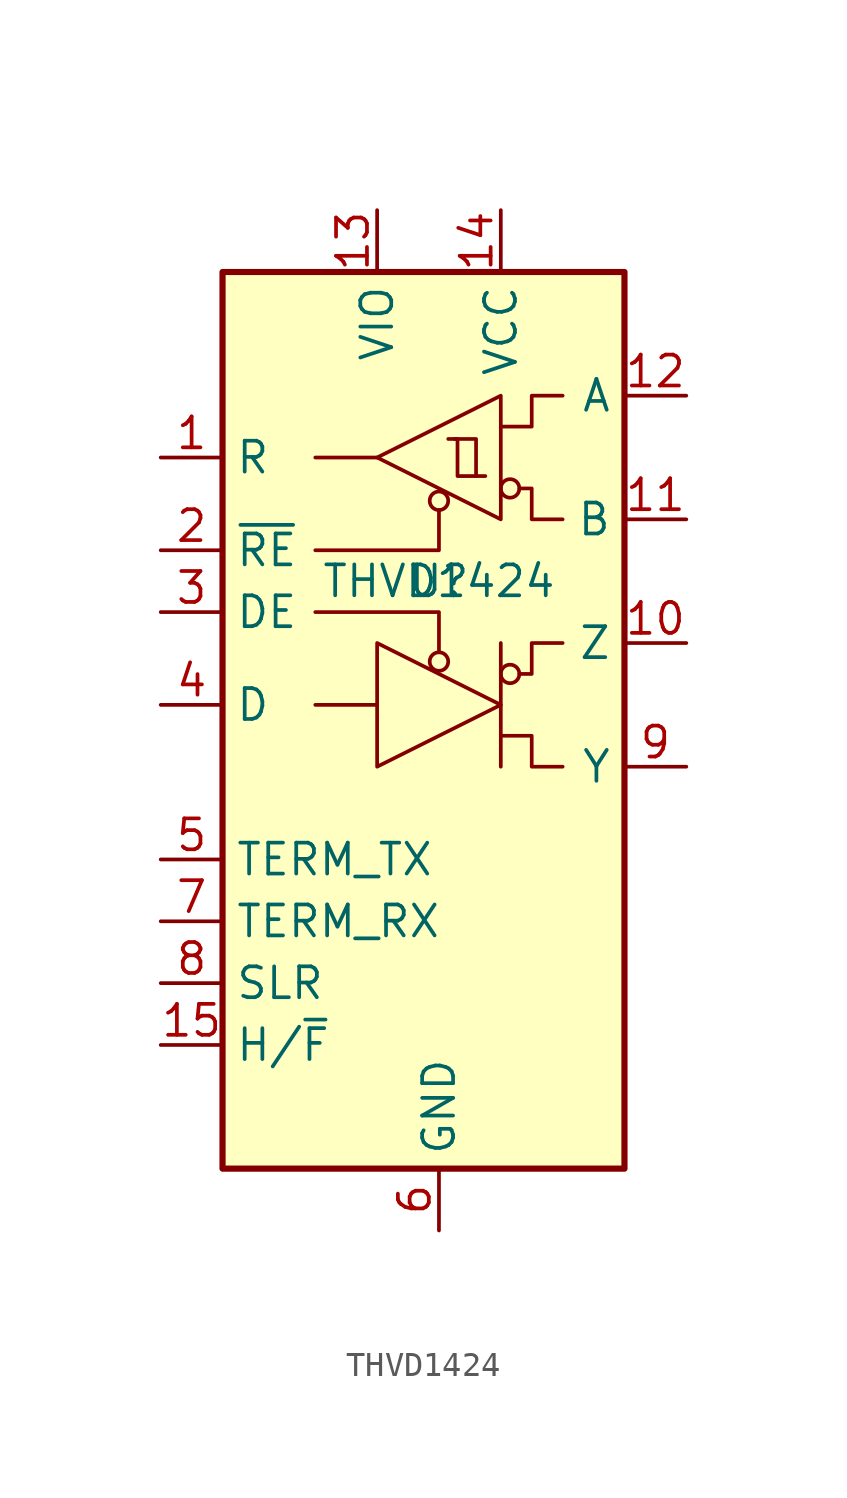
<source format=kicad_sym>
(kicad_symbol_lib
  (version 20241209)
  (generator "kicad_symbol_editor")
  (generator_version "9.0")
  (symbol "THVD1424"
    (property "Reference" "U"
      (at 0 5.08 0)
      (effects (font (size 1.27 1.27))))
    (property "Value" "THVD1424"
      (at 0 5.08 0)
      (effects (font (size 1.27 1.27))))
    (symbol "THVD1424_0_1"
      (rectangle (start -8.89 17.78) (end 7.62 -19.05) (stroke (width 0.254) (type default)) (fill (type background)))
      (polyline (pts (xy -5.08 6.35) (xy 0 6.35) (xy 0 8.001)) (stroke (width 0) (type default)) (fill (type none)))
      (polyline (pts (xy -5.08 3.81) (xy 0 3.81) (xy 0 2.159)) (stroke (width 0) (type default)) (fill (type none)))
      (polyline (pts (xy -5.08 0) (xy -2.54 0)) (stroke (width 0) (type default)) (fill (type none)))
      (polyline (pts (xy -2.54 10.16) (xy -5.08 10.16)) (stroke (width 0) (type default)) (fill (type none)))
      (polyline (pts (xy -2.54 2.54) (xy -2.54 -2.54) (xy 2.54 0) (xy -2.54 2.54)) (stroke (width 0) (type default)) (fill (type none)))
      (circle (center 0 8.382) (radius 0.381) (stroke (width 0) (type default)) (fill (type none)))
      (circle (center 0 1.778) (radius 0.381) (stroke (width 0) (type default)) (fill (type none)))
      (polyline (pts (xy 1.524 9.398) (xy 1.524 10.922) (xy 0.635 10.922)) (stroke (width 0) (type default)) (fill (type none)))
      (polyline (pts (xy 1.905 9.398) (xy 0.889 9.398) (xy 0.762 9.398) (xy 0.762 10.922) (xy 0.381 10.922)) (stroke (width 0) (type default)) (fill (type none)))
      (polyline (pts (xy 2.54 12.7) (xy 2.54 7.62) (xy -2.54 10.16) (xy 2.54 12.7)) (stroke (width 0) (type default)) (fill (type none)))
      (polyline (pts (xy 2.54 11.43) (xy 3.81 11.43) (xy 3.81 12.7) (xy 5.08 12.7)) (stroke (width 0) (type default)) (fill (type none)))
      (polyline (pts (xy 2.54 -1.27) (xy 3.81 -1.27) (xy 3.81 -2.54) (xy 5.08 -2.54)) (stroke (width 0) (type default)) (fill (type none)))
      (polyline (pts (xy 2.54 -2.54) (xy 2.54 2.54)) (stroke (width 0) (type default)) (fill (type none)))
      (circle (center 2.921 8.89) (radius 0.381) (stroke (width 0) (type default)) (fill (type none)))
      (circle (center 2.921 1.27) (radius 0.381) (stroke (width 0) (type default)) (fill (type none)))
      (polyline (pts (xy 3.302 8.89) (xy 3.81 8.89) (xy 3.81 7.62) (xy 5.08 7.62)) (stroke (width 0) (type default)) (fill (type none)))
      (polyline (pts (xy 3.302 1.27) (xy 3.81 1.27) (xy 3.81 2.54) (xy 5.08 2.54)) (stroke (width 0) (type default)) (fill (type none))))
    (symbol "THVD1424_1_1"
      (pin output line (at -11.43 10.16 0) (length 2.54) (name "R" (effects (font (size 1.27 1.27)))) (number "1" (effects (font (size 1.27 1.27)))))
      (pin input line (at -11.43 6.35 0) (length 2.54) (name "~{RE}" (effects (font (size 1.27 1.27)))) (number "2" (effects (font (size 1.27 1.27)))))
      (pin input line (at -11.43 3.81 0) (length 2.54) (name "DE" (effects (font (size 1.27 1.27)))) (number "3" (effects (font (size 1.27 1.27)))))
      (pin input line (at -11.43 0 0) (length 2.54) (name "D" (effects (font (size 1.27 1.27)))) (number "4" (effects (font (size 1.27 1.27)))))
      (pin input line (at -11.43 -6.35 0) (length 2.54) (name "TERM_TX" (effects (font (size 1.27 1.27)))) (number "5" (effects (font (size 1.27 1.27)))))
      (pin input line (at -11.43 -8.89 0) (length 2.54) (name "TERM_RX" (effects (font (size 1.27 1.27)))) (number "7" (effects (font (size 1.27 1.27)))))
      (pin input line (at -11.43 -11.43 0) (length 2.54) (name "SLR" (effects (font (size 1.27 1.27)))) (number "8" (effects (font (size 1.27 1.27)))))
      (pin input line (at -11.43 -13.97 0) (length 2.54) (name "H/~{F}" (effects (font (size 1.27 1.27)))) (number "15" (effects (font (size 1.27 1.27)))))
      (pin power_in line (at -2.54 20.32 270) (length 2.54) (name "VIO" (effects (font (size 1.27 1.27)))) (number "13" (effects (font (size 1.27 1.27)))))
      (pin power_in line (at 0 -21.59 90) (length 2.54) (hide yes) (name "EP" (effects (font (size 1.27 1.27)))) (number "17" (effects (font (size 1.27 1.27)))))
      (pin power_in line (at 0 -21.59 90) (length 2.54) (name "GND" (effects (font (size 1.27 1.27)))) (number "6" (effects (font (size 1.27 1.27)))))
      (pin power_in line (at 2.54 20.32 270) (length 2.54) (name "VCC" (effects (font (size 1.27 1.27)))) (number "14" (effects (font (size 1.27 1.27)))))
      (pin no_connect line (at 3.81 -21.59 90) (length 2.54) (hide yes) (name "NC" (effects (font (size 1.27 1.27)))) (number "16" (effects (font (size 1.27 1.27)))))
      (pin input line (at 10.16 12.7 180) (length 2.54) (name "A" (effects (font (size 1.27 1.27)))) (number "12" (effects (font (size 1.27 1.27)))))
      (pin input line (at 10.16 7.62 180) (length 2.54) (name "B" (effects (font (size 1.27 1.27)))) (number "11" (effects (font (size 1.27 1.27)))))
      (pin bidirectional line (at 10.16 2.54 180) (length 2.54) (name "Z" (effects (font (size 1.27 1.27)))) (number "10" (effects (font (size 1.27 1.27)))))
      (pin bidirectional line (at 10.16 -2.54 180) (length 2.54) (name "Y" (effects (font (size 1.27 1.27)))) (number "9" (effects (font (size 1.27 1.27))))))))
</source>
